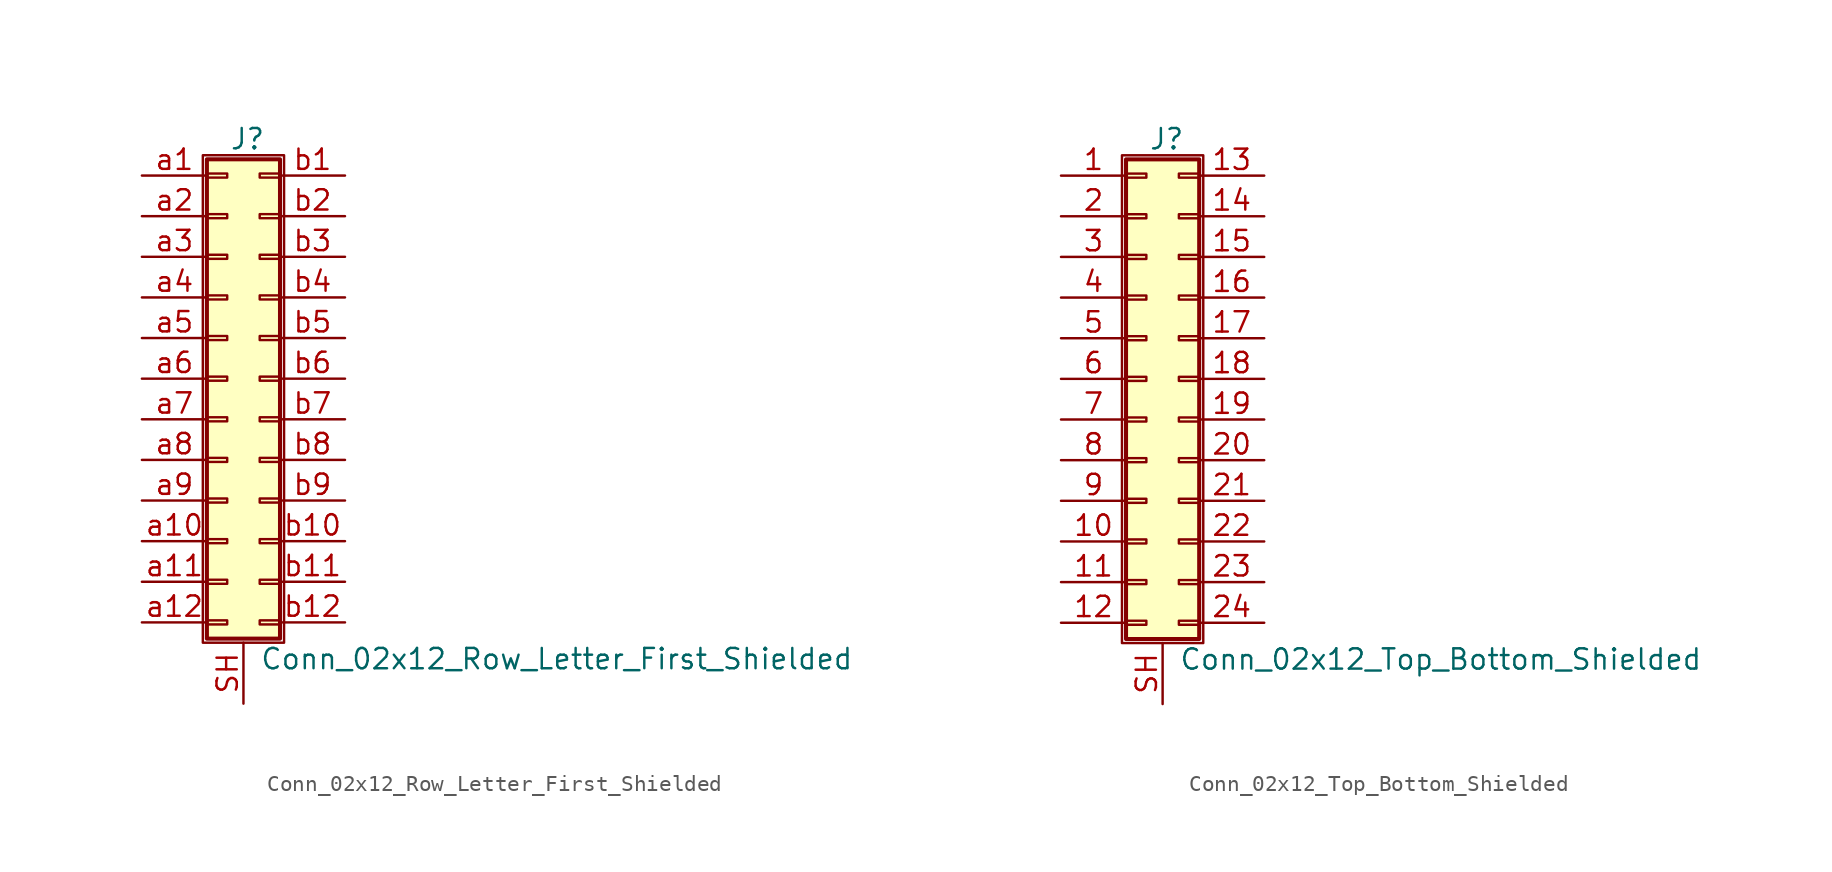
<source format=kicad_sym>
(kicad_symbol_lib
  (version 20201005)
  (generator kicad_symbol_editor)
  (symbol "Conn_02x12_Row_Letter_First_Shielded"
    (pin_names
      (offset 1.016) hide)
    (property "Reference" "J"
      (at 1.524 14.986 0)
      (effects (font (size 1.27 1.27))))
    (property "Value" "Conn_02x12_Row_Letter_First_Shielded"
      (at 2.286 -17.526 0)
      (effects (font (size 1.27 1.27)) (justify left)))
    (symbol "Conn_02x12_Row_Letter_First_Shielded_1_1"
      (rectangle (start -1.27 13.97) (end 3.81 -16.51) (stroke (width 0.152)) (fill (type none)))
      (rectangle (start -1.016 -15.113) (end 0.254 -15.367) (stroke (width 0.152)) (fill (type none)))
      (rectangle (start -1.016 -12.573) (end 0.254 -12.827) (stroke (width 0.152)) (fill (type none)))
      (rectangle (start -1.016 -10.033) (end 0.254 -10.287) (stroke (width 0.152)) (fill (type none)))
      (rectangle (start -1.016 -7.493) (end 0.254 -7.747) (stroke (width 0.152)) (fill (type none)))
      (rectangle (start -1.016 -4.953) (end 0.254 -5.207) (stroke (width 0.152)) (fill (type none)))
      (rectangle (start -1.016 -2.413) (end 0.254 -2.667) (stroke (width 0.152)) (fill (type none)))
      (rectangle (start -1.016 0.127) (end 0.254 -0.127) (stroke (width 0.152)) (fill (type none)))
      (rectangle (start -1.016 2.667) (end 0.254 2.413) (stroke (width 0.152)) (fill (type none)))
      (rectangle (start -1.016 5.207) (end 0.254 4.953) (stroke (width 0.152)) (fill (type none)))
      (rectangle (start -1.016 7.747) (end 0.254 7.493) (stroke (width 0.152)) (fill (type none)))
      (rectangle (start -1.016 10.287) (end 0.254 10.033) (stroke (width 0.152)) (fill (type none)))
      (rectangle (start -1.016 12.827) (end 0.254 12.573) (stroke (width 0.152)) (fill (type none)))
      (rectangle (start -1.016 13.716) (end 3.556 -16.256) (stroke (width 0.254)) (fill (type background)))
      (rectangle (start 3.556 -15.113) (end 2.286 -15.367) (stroke (width 0.152)) (fill (type none)))
      (rectangle (start 3.556 -12.573) (end 2.286 -12.827) (stroke (width 0.152)) (fill (type none)))
      (rectangle (start 3.556 -10.033) (end 2.286 -10.287) (stroke (width 0.152)) (fill (type none)))
      (rectangle (start 3.556 -7.493) (end 2.286 -7.747) (stroke (width 0.152)) (fill (type none)))
      (rectangle (start 3.556 -4.953) (end 2.286 -5.207) (stroke (width 0.152)) (fill (type none)))
      (rectangle (start 3.556 -2.413) (end 2.286 -2.667) (stroke (width 0.152)) (fill (type none)))
      (rectangle (start 3.556 0.127) (end 2.286 -0.127) (stroke (width 0.152)) (fill (type none)))
      (rectangle (start 3.556 2.667) (end 2.286 2.413) (stroke (width 0.152)) (fill (type none)))
      (rectangle (start 3.556 5.207) (end 2.286 4.953) (stroke (width 0.152)) (fill (type none)))
      (rectangle (start 3.556 7.747) (end 2.286 7.493) (stroke (width 0.152)) (fill (type none)))
      (rectangle (start 3.556 10.287) (end 2.286 10.033) (stroke (width 0.152)) (fill (type none)))
      (rectangle (start 3.556 12.827) (end 2.286 12.573) (stroke (width 0.152)) (fill (type none)))
      (pin passive line (at 1.27 -20.32 90) (length 3.81) (name "Shield" (effects (font (size 1.27 1.27)))) (number "SH" (effects (font (size 1.27 1.27)))))
      (pin passive line (at -5.08 12.7 0) (length 4.064) (name "Pin_a1" (effects (font (size 1.27 1.27)))) (number "a1" (effects (font (size 1.27 1.27)))))
      (pin passive line (at -5.08 -10.16 0) (length 4.064) (name "Pin_a10" (effects (font (size 1.27 1.27)))) (number "a10" (effects (font (size 1.27 1.27)))))
      (pin passive line (at -5.08 -12.7 0) (length 4.064) (name "Pin_a11" (effects (font (size 1.27 1.27)))) (number "a11" (effects (font (size 1.27 1.27)))))
      (pin passive line (at -5.08 -15.24 0) (length 4.064) (name "Pin_a12" (effects (font (size 1.27 1.27)))) (number "a12" (effects (font (size 1.27 1.27)))))
      (pin passive line (at -5.08 10.16 0) (length 4.064) (name "Pin_a2" (effects (font (size 1.27 1.27)))) (number "a2" (effects (font (size 1.27 1.27)))))
      (pin passive line (at -5.08 7.62 0) (length 4.064) (name "Pin_a3" (effects (font (size 1.27 1.27)))) (number "a3" (effects (font (size 1.27 1.27)))))
      (pin passive line (at -5.08 5.08 0) (length 4.064) (name "Pin_a4" (effects (font (size 1.27 1.27)))) (number "a4" (effects (font (size 1.27 1.27)))))
      (pin passive line (at -5.08 2.54 0) (length 4.064) (name "Pin_a5" (effects (font (size 1.27 1.27)))) (number "a5" (effects (font (size 1.27 1.27)))))
      (pin passive line (at -5.08 0 0) (length 4.064) (name "Pin_a6" (effects (font (size 1.27 1.27)))) (number "a6" (effects (font (size 1.27 1.27)))))
      (pin passive line (at -5.08 -2.54 0) (length 4.064) (name "Pin_a7" (effects (font (size 1.27 1.27)))) (number "a7" (effects (font (size 1.27 1.27)))))
      (pin passive line (at -5.08 -5.08 0) (length 4.064) (name "Pin_a8" (effects (font (size 1.27 1.27)))) (number "a8" (effects (font (size 1.27 1.27)))))
      (pin passive line (at -5.08 -7.62 0) (length 4.064) (name "Pin_a9" (effects (font (size 1.27 1.27)))) (number "a9" (effects (font (size 1.27 1.27)))))
      (pin passive line (at 7.62 12.7 180) (length 4.064) (name "Pin_b1" (effects (font (size 1.27 1.27)))) (number "b1" (effects (font (size 1.27 1.27)))))
      (pin passive line (at 7.62 -10.16 180) (length 4.064) (name "Pin_b10" (effects (font (size 1.27 1.27)))) (number "b10" (effects (font (size 1.27 1.27)))))
      (pin passive line (at 7.62 -12.7 180) (length 4.064) (name "Pin_b11" (effects (font (size 1.27 1.27)))) (number "b11" (effects (font (size 1.27 1.27)))))
      (pin passive line (at 7.62 -15.24 180) (length 4.064) (name "Pin_b12" (effects (font (size 1.27 1.27)))) (number "b12" (effects (font (size 1.27 1.27)))))
      (pin passive line (at 7.62 10.16 180) (length 4.064) (name "Pin_b2" (effects (font (size 1.27 1.27)))) (number "b2" (effects (font (size 1.27 1.27)))))
      (pin passive line (at 7.62 7.62 180) (length 4.064) (name "Pin_b3" (effects (font (size 1.27 1.27)))) (number "b3" (effects (font (size 1.27 1.27)))))
      (pin passive line (at 7.62 5.08 180) (length 4.064) (name "Pin_b4" (effects (font (size 1.27 1.27)))) (number "b4" (effects (font (size 1.27 1.27)))))
      (pin passive line (at 7.62 2.54 180) (length 4.064) (name "Pin_b5" (effects (font (size 1.27 1.27)))) (number "b5" (effects (font (size 1.27 1.27)))))
      (pin passive line (at 7.62 0 180) (length 4.064) (name "Pin_b6" (effects (font (size 1.27 1.27)))) (number "b6" (effects (font (size 1.27 1.27)))))
      (pin passive line (at 7.62 -2.54 180) (length 4.064) (name "Pin_b7" (effects (font (size 1.27 1.27)))) (number "b7" (effects (font (size 1.27 1.27)))))
      (pin passive line (at 7.62 -5.08 180) (length 4.064) (name "Pin_b8" (effects (font (size 1.27 1.27)))) (number "b8" (effects (font (size 1.27 1.27)))))
      (pin passive line (at 7.62 -7.62 180) (length 4.064) (name "Pin_b9" (effects (font (size 1.27 1.27)))) (number "b9" (effects (font (size 1.27 1.27)))))))
  (symbol "Conn_02x12_Top_Bottom_Shielded"
    (pin_names
      (offset 1.016) hide)
    (property "Reference" "J"
      (at 1.524 14.986 0)
      (effects (font (size 1.27 1.27))))
    (property "Value" "Conn_02x12_Top_Bottom_Shielded"
      (at 2.286 -17.526 0)
      (effects (font (size 1.27 1.27)) (justify left)))
    (symbol "Conn_02x12_Top_Bottom_Shielded_1_1"
      (rectangle (start -1.27 13.97) (end 3.81 -16.51) (stroke (width 0.152)) (fill (type none)))
      (rectangle (start -1.016 -15.113) (end 0.254 -15.367) (stroke (width 0.152)) (fill (type none)))
      (rectangle (start -1.016 -12.573) (end 0.254 -12.827) (stroke (width 0.152)) (fill (type none)))
      (rectangle (start -1.016 -10.033) (end 0.254 -10.287) (stroke (width 0.152)) (fill (type none)))
      (rectangle (start -1.016 -7.493) (end 0.254 -7.747) (stroke (width 0.152)) (fill (type none)))
      (rectangle (start -1.016 -4.953) (end 0.254 -5.207) (stroke (width 0.152)) (fill (type none)))
      (rectangle (start -1.016 -2.413) (end 0.254 -2.667) (stroke (width 0.152)) (fill (type none)))
      (rectangle (start -1.016 0.127) (end 0.254 -0.127) (stroke (width 0.152)) (fill (type none)))
      (rectangle (start -1.016 2.667) (end 0.254 2.413) (stroke (width 0.152)) (fill (type none)))
      (rectangle (start -1.016 5.207) (end 0.254 4.953) (stroke (width 0.152)) (fill (type none)))
      (rectangle (start -1.016 7.747) (end 0.254 7.493) (stroke (width 0.152)) (fill (type none)))
      (rectangle (start -1.016 10.287) (end 0.254 10.033) (stroke (width 0.152)) (fill (type none)))
      (rectangle (start -1.016 12.827) (end 0.254 12.573) (stroke (width 0.152)) (fill (type none)))
      (rectangle (start -1.016 13.716) (end 3.556 -16.256) (stroke (width 0.254)) (fill (type background)))
      (rectangle (start 3.556 -15.113) (end 2.286 -15.367) (stroke (width 0.152)) (fill (type none)))
      (rectangle (start 3.556 -12.573) (end 2.286 -12.827) (stroke (width 0.152)) (fill (type none)))
      (rectangle (start 3.556 -10.033) (end 2.286 -10.287) (stroke (width 0.152)) (fill (type none)))
      (rectangle (start 3.556 -7.493) (end 2.286 -7.747) (stroke (width 0.152)) (fill (type none)))
      (rectangle (start 3.556 -4.953) (end 2.286 -5.207) (stroke (width 0.152)) (fill (type none)))
      (rectangle (start 3.556 -2.413) (end 2.286 -2.667) (stroke (width 0.152)) (fill (type none)))
      (rectangle (start 3.556 0.127) (end 2.286 -0.127) (stroke (width 0.152)) (fill (type none)))
      (rectangle (start 3.556 2.667) (end 2.286 2.413) (stroke (width 0.152)) (fill (type none)))
      (rectangle (start 3.556 5.207) (end 2.286 4.953) (stroke (width 0.152)) (fill (type none)))
      (rectangle (start 3.556 7.747) (end 2.286 7.493) (stroke (width 0.152)) (fill (type none)))
      (rectangle (start 3.556 10.287) (end 2.286 10.033) (stroke (width 0.152)) (fill (type none)))
      (rectangle (start 3.556 12.827) (end 2.286 12.573) (stroke (width 0.152)) (fill (type none)))
      (pin passive line (at -5.08 12.7 0) (length 4.064) (name "Pin_1" (effects (font (size 1.27 1.27)))) (number "1" (effects (font (size 1.27 1.27)))))
      (pin passive line (at -5.08 -10.16 0) (length 4.064) (name "Pin_10" (effects (font (size 1.27 1.27)))) (number "10" (effects (font (size 1.27 1.27)))))
      (pin passive line (at -5.08 -12.7 0) (length 4.064) (name "Pin_11" (effects (font (size 1.27 1.27)))) (number "11" (effects (font (size 1.27 1.27)))))
      (pin passive line (at -5.08 -15.24 0) (length 4.064) (name "Pin_12" (effects (font (size 1.27 1.27)))) (number "12" (effects (font (size 1.27 1.27)))))
      (pin passive line (at 7.62 12.7 180) (length 4.064) (name "Pin_13" (effects (font (size 1.27 1.27)))) (number "13" (effects (font (size 1.27 1.27)))))
      (pin passive line (at 7.62 10.16 180) (length 4.064) (name "Pin_14" (effects (font (size 1.27 1.27)))) (number "14" (effects (font (size 1.27 1.27)))))
      (pin passive line (at 7.62 7.62 180) (length 4.064) (name "Pin_15" (effects (font (size 1.27 1.27)))) (number "15" (effects (font (size 1.27 1.27)))))
      (pin passive line (at 7.62 5.08 180) (length 4.064) (name "Pin_16" (effects (font (size 1.27 1.27)))) (number "16" (effects (font (size 1.27 1.27)))))
      (pin passive line (at 7.62 2.54 180) (length 4.064) (name "Pin_17" (effects (font (size 1.27 1.27)))) (number "17" (effects (font (size 1.27 1.27)))))
      (pin passive line (at 7.62 0 180) (length 4.064) (name "Pin_18" (effects (font (size 1.27 1.27)))) (number "18" (effects (font (size 1.27 1.27)))))
      (pin passive line (at 7.62 -2.54 180) (length 4.064) (name "Pin_19" (effects (font (size 1.27 1.27)))) (number "19" (effects (font (size 1.27 1.27)))))
      (pin passive line (at -5.08 10.16 0) (length 4.064) (name "Pin_2" (effects (font (size 1.27 1.27)))) (number "2" (effects (font (size 1.27 1.27)))))
      (pin passive line (at 7.62 -5.08 180) (length 4.064) (name "Pin_20" (effects (font (size 1.27 1.27)))) (number "20" (effects (font (size 1.27 1.27)))))
      (pin passive line (at 7.62 -7.62 180) (length 4.064) (name "Pin_21" (effects (font (size 1.27 1.27)))) (number "21" (effects (font (size 1.27 1.27)))))
      (pin passive line (at 7.62 -10.16 180) (length 4.064) (name "Pin_22" (effects (font (size 1.27 1.27)))) (number "22" (effects (font (size 1.27 1.27)))))
      (pin passive line (at 7.62 -12.7 180) (length 4.064) (name "Pin_23" (effects (font (size 1.27 1.27)))) (number "23" (effects (font (size 1.27 1.27)))))
      (pin passive line (at 7.62 -15.24 180) (length 4.064) (name "Pin_24" (effects (font (size 1.27 1.27)))) (number "24" (effects (font (size 1.27 1.27)))))
      (pin passive line (at -5.08 7.62 0) (length 4.064) (name "Pin_3" (effects (font (size 1.27 1.27)))) (number "3" (effects (font (size 1.27 1.27)))))
      (pin passive line (at -5.08 5.08 0) (length 4.064) (name "Pin_4" (effects (font (size 1.27 1.27)))) (number "4" (effects (font (size 1.27 1.27)))))
      (pin passive line (at -5.08 2.54 0) (length 4.064) (name "Pin_5" (effects (font (size 1.27 1.27)))) (number "5" (effects (font (size 1.27 1.27)))))
      (pin passive line (at -5.08 0 0) (length 4.064) (name "Pin_6" (effects (font (size 1.27 1.27)))) (number "6" (effects (font (size 1.27 1.27)))))
      (pin passive line (at -5.08 -2.54 0) (length 4.064) (name "Pin_7" (effects (font (size 1.27 1.27)))) (number "7" (effects (font (size 1.27 1.27)))))
      (pin passive line (at -5.08 -5.08 0) (length 4.064) (name "Pin_8" (effects (font (size 1.27 1.27)))) (number "8" (effects (font (size 1.27 1.27)))))
      (pin passive line (at -5.08 -7.62 0) (length 4.064) (name "Pin_9" (effects (font (size 1.27 1.27)))) (number "9" (effects (font (size 1.27 1.27)))))
      (pin passive line (at 1.27 -20.32 90) (length 3.81) (name "Shield" (effects (font (size 1.27 1.27)))) (number "SH" (effects (font (size 1.27 1.27))))))))
</source>
